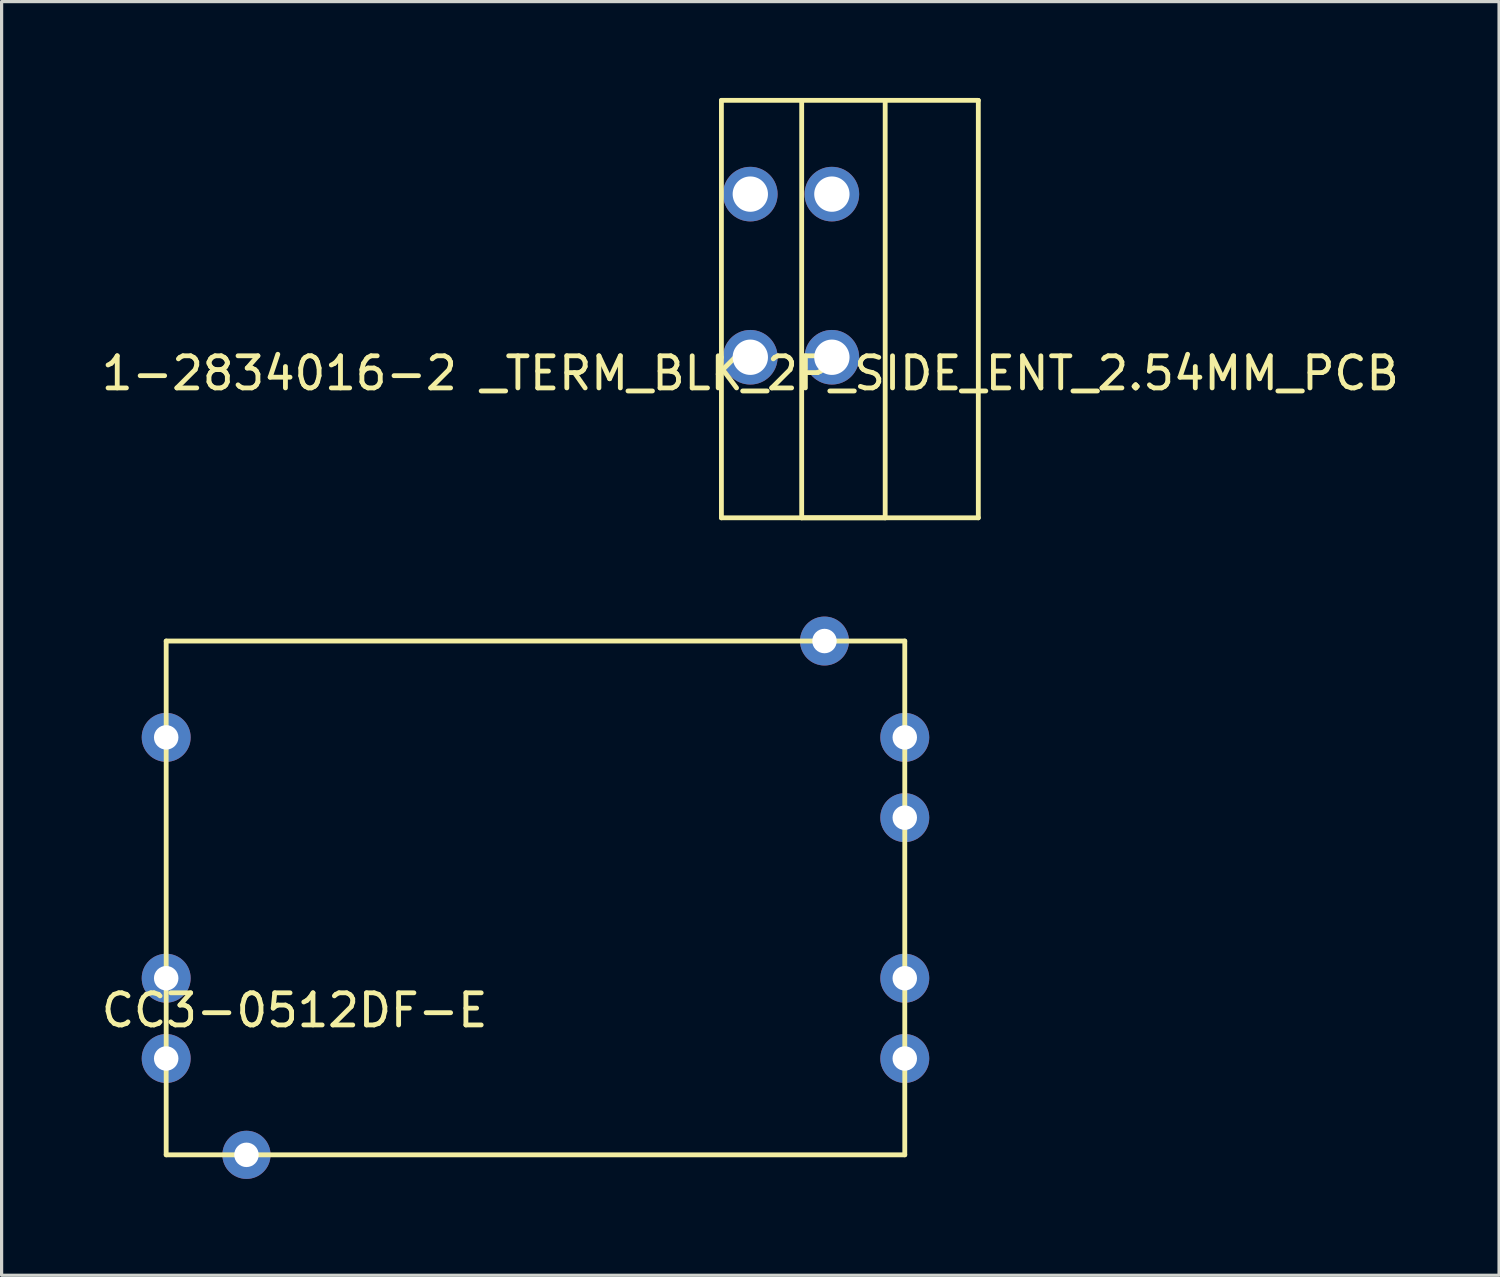
<source format=kicad_pcb>
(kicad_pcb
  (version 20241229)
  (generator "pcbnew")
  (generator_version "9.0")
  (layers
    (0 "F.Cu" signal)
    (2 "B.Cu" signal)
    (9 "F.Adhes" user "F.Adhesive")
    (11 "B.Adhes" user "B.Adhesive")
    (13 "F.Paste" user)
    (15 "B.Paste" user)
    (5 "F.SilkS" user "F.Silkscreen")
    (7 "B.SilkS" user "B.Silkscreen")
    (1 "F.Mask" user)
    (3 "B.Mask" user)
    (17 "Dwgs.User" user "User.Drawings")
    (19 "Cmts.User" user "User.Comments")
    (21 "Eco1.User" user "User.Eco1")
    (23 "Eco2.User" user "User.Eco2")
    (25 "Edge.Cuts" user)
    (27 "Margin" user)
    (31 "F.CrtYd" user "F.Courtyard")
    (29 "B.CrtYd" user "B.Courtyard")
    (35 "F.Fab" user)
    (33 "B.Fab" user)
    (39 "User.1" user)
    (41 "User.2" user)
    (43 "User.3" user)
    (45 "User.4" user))
  (footprint "CC3-0512DF-E"
    (layer "F.Cu")
    (at 2.125 32.912)
    (property "Reference" "CC3-0512DF-E" (at 4 -4.5 0) (layer "F.SilkS") (effects (font (size 1 1) (thickness 0.15))))
    (attr through_hole)
    (fp_line (start 0 -16) (end 23 -16) (stroke (width 0.15) (type solid)) (layer "F.SilkS"))
    (fp_line (start 0 0) (end 0 -16) (stroke (width 0.15) (type solid)) (layer "F.SilkS"))
    (fp_line (start 23 -16) (end 23 0) (stroke (width 0.15) (type solid)) (layer "F.SilkS"))
    (fp_line (start 23 0) (end 0 0) (stroke (width 0.15) (type solid)) (layer "F.SilkS"))
    (pad "1" thru_hole circle (at 0 -13) (size 1.524 1.524) (drill 0.762) (layers "*.Cu" "*.Mask"))
    (pad "2" thru_hole circle (at 0 -5.5) (size 1.524 1.524) (drill 0.762) (layers "*.Cu" "*.Mask"))
    (pad "3" thru_hole circle (at 0 -3) (size 1.524 1.524) (drill 0.762) (layers "*.Cu" "*.Mask"))
    (pad "4" thru_hole circle (at 23 -3) (size 1.524 1.524) (drill 0.762) (layers "*.Cu" "*.Mask"))
    (pad "5" thru_hole circle (at 23 -5.5) (size 1.524 1.524) (drill 0.762) (layers "*.Cu" "*.Mask"))
    (pad "6" thru_hole circle (at 23 -10.5) (size 1.524 1.524) (drill 0.762) (layers "*.Cu" "*.Mask"))
    (pad "7" thru_hole circle (at 23 -13) (size 1.524 1.524) (drill 0.762) (layers "*.Cu" "*.Mask"))
    (pad "a" thru_hole circle (at 2.5 0) (size 1.5 1.5) (drill 0.762) (layers "*.Cu" "*.Mask"))
    (pad "a" thru_hole circle (at 20.5 -16) (size 1.524 1.524) (drill 0.762) (layers "*.Cu" "*.Mask")))
  (footprint "1-2834016-2 _TERM_BLK_2P_SIDE_ENT_2.54MM_PCB"
    (layer "F.Cu")
    (at 20.315 8.075)
    (property "Reference" "1-2834016-2 _TERM_BLK_2P_SIDE_ENT_2.54MM_PCB" (at 0 0.5 0) (layer "F.SilkS") (effects (font (size 1 1) (thickness 0.15))))
    (attr through_hole)
    (fp_line (start -0.9 -8) (end 7.1 -8) (stroke (width 0.15) (type solid)) (layer "F.SilkS"))
    (fp_line (start -0.9 0) (end -0.9 -8) (stroke (width 0.15) (type solid)) (layer "F.SilkS"))
    (fp_line (start -0.9 5) (end -0.9 0) (stroke (width 0.15) (type solid)) (layer "F.SilkS"))
    (fp_line (start 1.6 -8) (end 1.6 5) (stroke (width 0.15) (type solid)) (layer "F.SilkS"))
    (fp_line (start 1.6 5) (end 4.2 5) (stroke (width 0.15) (type solid)) (layer "F.SilkS"))
    (fp_line (start 4.2 5) (end 4.2 -8) (stroke (width 0.15) (type solid)) (layer "F.SilkS"))
    (fp_line (start 7.1 -8) (end 7.1 5) (stroke (width 0.15) (type solid)) (layer "F.SilkS"))
    (fp_line (start 7.1 5) (end -0.9 5) (stroke (width 0.15) (type solid)) (layer "F.SilkS"))
    (pad "1" thru_hole circle (at 0 -5.08) (size 1.7 1.7) (drill 1.1) (layers "*.Cu" "*.Mask"))
    (pad "1" thru_hole circle (at 0 0) (size 1.7 1.7) (drill 1.1) (layers "*.Cu" "*.Mask"))
    (pad "2" thru_hole circle (at 2.54 -5.08) (size 1.7 1.7) (drill 1.1) (layers "*.Cu" "*.Mask"))
    (pad "2" thru_hole circle (at 2.54 0) (size 1.7 1.7) (drill 1.1) (layers "*.Cu" "*.Mask")))
  (gr_rect
    (start -3 -3)
    (end 43.631 36.662)
    (stroke (width 0.1) (type default))
    (fill no)
    (layer "Edge.Cuts")))
</source>
